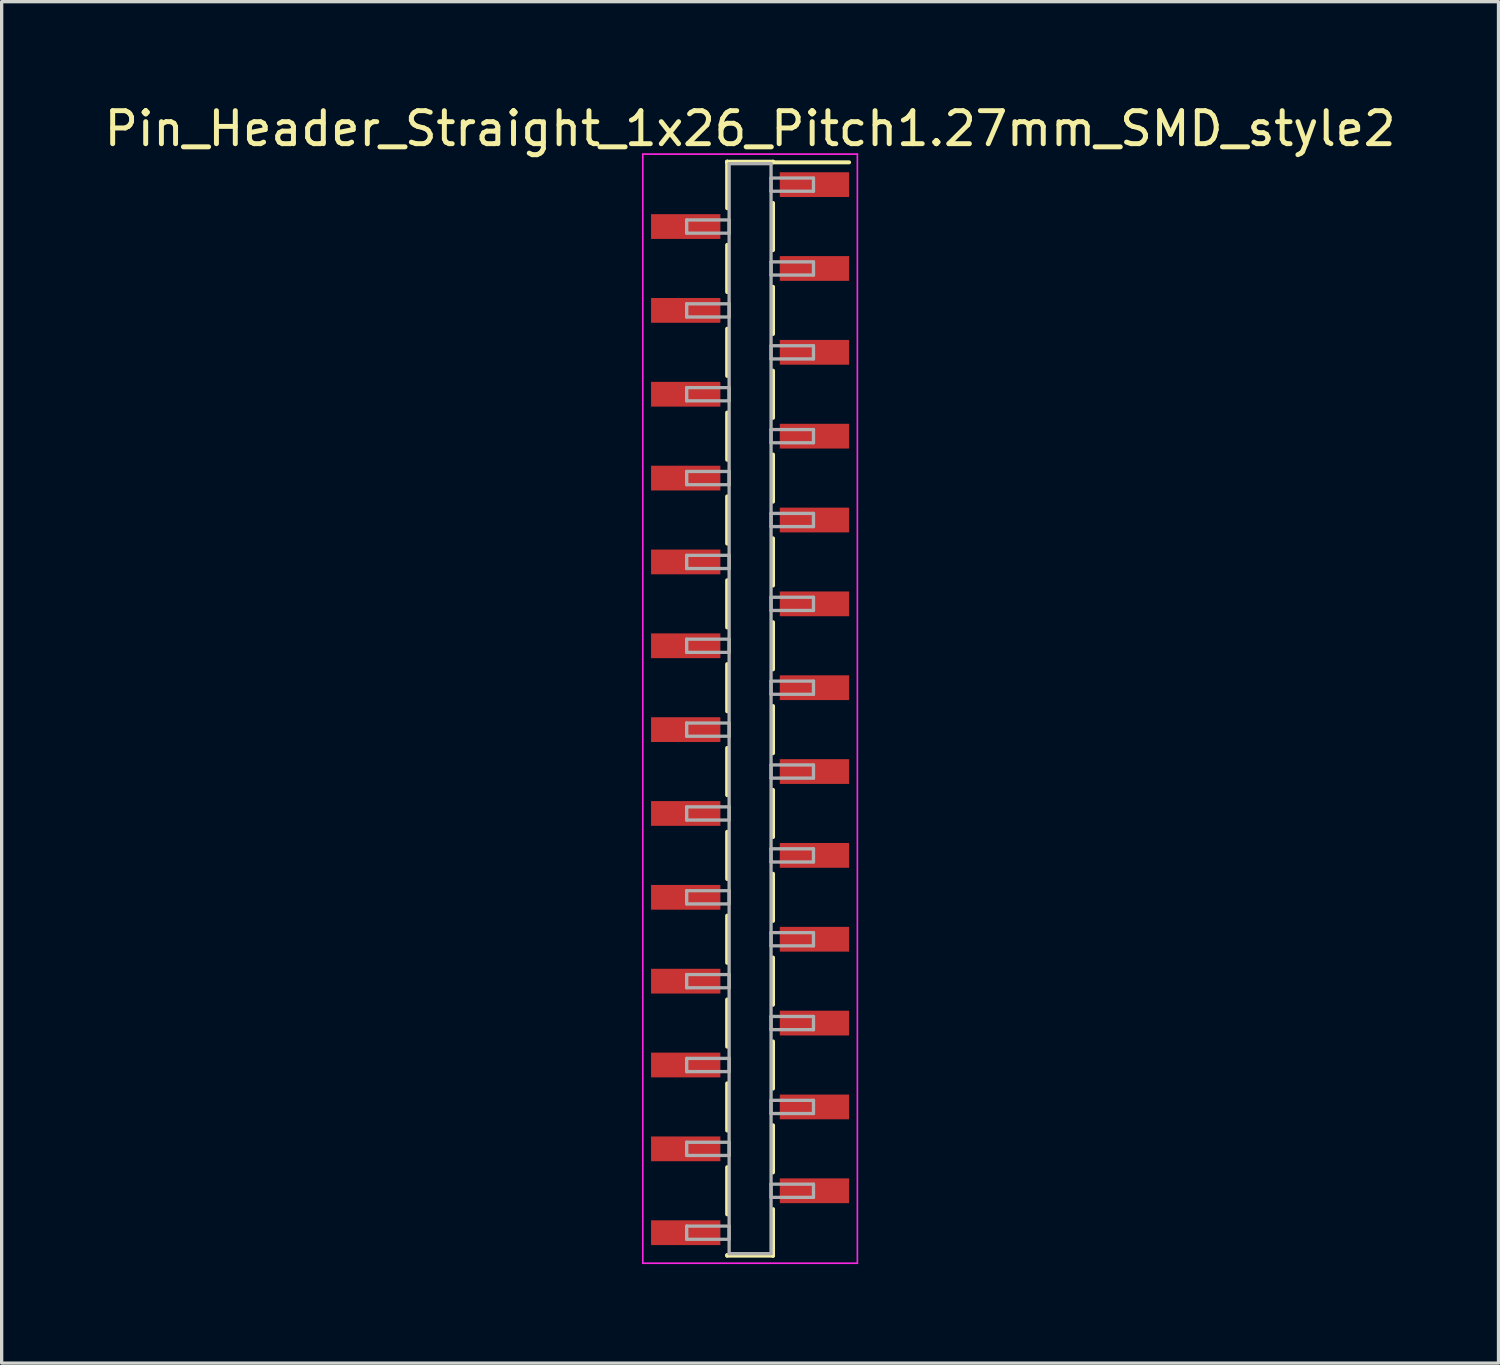
<source format=kicad_pcb>
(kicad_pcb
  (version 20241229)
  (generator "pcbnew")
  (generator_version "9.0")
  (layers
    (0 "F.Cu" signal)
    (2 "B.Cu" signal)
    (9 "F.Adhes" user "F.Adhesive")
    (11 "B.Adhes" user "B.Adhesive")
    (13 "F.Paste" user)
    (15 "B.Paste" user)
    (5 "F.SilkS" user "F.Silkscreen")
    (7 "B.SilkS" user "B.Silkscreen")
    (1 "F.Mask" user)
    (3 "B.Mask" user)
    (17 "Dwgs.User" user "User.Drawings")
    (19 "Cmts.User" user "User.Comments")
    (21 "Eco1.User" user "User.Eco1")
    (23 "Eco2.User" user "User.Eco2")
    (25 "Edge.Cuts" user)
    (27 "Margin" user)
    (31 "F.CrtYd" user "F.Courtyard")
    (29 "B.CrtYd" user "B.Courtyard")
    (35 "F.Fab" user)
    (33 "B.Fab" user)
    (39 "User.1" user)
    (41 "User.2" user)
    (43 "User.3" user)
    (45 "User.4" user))
  (footprint "Pin_Header_Straight_1x26_Pitch1.27mm_SMD_style2"
    (layer "F.Cu")
    (at 19.673 18.418)
    (property "Reference" "Pin_Header_Straight_1x26_Pitch1.27mm_SMD_style2" (at 0 -17.57 0) (layer "F.SilkS") (effects (font (size 1 1) (thickness 0.15))))
    (attr smd)
    (fp_line (start -0.695 -16.57) (end -0.695 -15.16) (stroke (width 0.12) (type solid)) (layer "F.SilkS"))
    (fp_line (start -0.695 -16.57) (end 0.695 -16.57) (stroke (width 0.12) (type solid)) (layer "F.SilkS"))
    (fp_line (start -0.695 -16.55) (end -0.695 -16.57) (stroke (width 0.12) (type solid)) (layer "F.SilkS"))
    (fp_line (start -0.695 -14.05) (end -0.695 -12.62) (stroke (width 0.12) (type solid)) (layer "F.SilkS"))
    (fp_line (start -0.695 -11.51) (end -0.695 -10.08) (stroke (width 0.12) (type solid)) (layer "F.SilkS"))
    (fp_line (start -0.695 -8.97) (end -0.695 -7.54) (stroke (width 0.12) (type solid)) (layer "F.SilkS"))
    (fp_line (start -0.695 -6.43) (end -0.695 -5) (stroke (width 0.12) (type solid)) (layer "F.SilkS"))
    (fp_line (start -0.695 -3.89) (end -0.695 -2.46) (stroke (width 0.12) (type solid)) (layer "F.SilkS"))
    (fp_line (start -0.695 -1.35) (end -0.695 0.08) (stroke (width 0.12) (type solid)) (layer "F.SilkS"))
    (fp_line (start -0.695 1.19) (end -0.695 2.62) (stroke (width 0.12) (type solid)) (layer "F.SilkS"))
    (fp_line (start -0.695 3.73) (end -0.695 5.16) (stroke (width 0.12) (type solid)) (layer "F.SilkS"))
    (fp_line (start -0.695 6.27) (end -0.695 7.7) (stroke (width 0.12) (type solid)) (layer "F.SilkS"))
    (fp_line (start -0.695 8.81) (end -0.695 10.24) (stroke (width 0.12) (type solid)) (layer "F.SilkS"))
    (fp_line (start -0.695 11.35) (end -0.695 12.78) (stroke (width 0.12) (type solid)) (layer "F.SilkS"))
    (fp_line (start -0.695 13.89) (end -0.695 15.32) (stroke (width 0.12) (type solid)) (layer "F.SilkS"))
    (fp_line (start -0.695 16.55) (end -0.695 16.57) (stroke (width 0.12) (type solid)) (layer "F.SilkS"))
    (fp_line (start -0.695 16.57) (end 0.695 16.57) (stroke (width 0.12) (type solid)) (layer "F.SilkS"))
    (fp_line (start 0.695 -16.57) (end 0.695 -16.55) (stroke (width 0.12) (type solid)) (layer "F.SilkS"))
    (fp_line (start 0.695 -16.55) (end 3 -16.55) (stroke (width 0.12) (type solid)) (layer "F.SilkS"))
    (fp_line (start 0.695 -15.32) (end 0.695 -13.89) (stroke (width 0.12) (type solid)) (layer "F.SilkS"))
    (fp_line (start 0.695 -12.78) (end 0.695 -11.35) (stroke (width 0.12) (type solid)) (layer "F.SilkS"))
    (fp_line (start 0.695 -10.24) (end 0.695 -8.81) (stroke (width 0.12) (type solid)) (layer "F.SilkS"))
    (fp_line (start 0.695 -7.7) (end 0.695 -6.27) (stroke (width 0.12) (type solid)) (layer "F.SilkS"))
    (fp_line (start 0.695 -5.16) (end 0.695 -3.73) (stroke (width 0.12) (type solid)) (layer "F.SilkS"))
    (fp_line (start 0.695 -2.62) (end 0.695 -1.19) (stroke (width 0.12) (type solid)) (layer "F.SilkS"))
    (fp_line (start 0.695 -0.08) (end 0.695 1.35) (stroke (width 0.12) (type solid)) (layer "F.SilkS"))
    (fp_line (start 0.695 2.46) (end 0.695 3.89) (stroke (width 0.12) (type solid)) (layer "F.SilkS"))
    (fp_line (start 0.695 5) (end 0.695 6.43) (stroke (width 0.12) (type solid)) (layer "F.SilkS"))
    (fp_line (start 0.695 7.54) (end 0.695 8.97) (stroke (width 0.12) (type solid)) (layer "F.SilkS"))
    (fp_line (start 0.695 10.08) (end 0.695 11.51) (stroke (width 0.12) (type solid)) (layer "F.SilkS"))
    (fp_line (start 0.695 12.62) (end 0.695 14.05) (stroke (width 0.12) (type solid)) (layer "F.SilkS"))
    (fp_line (start 0.695 15.16) (end 0.695 16.57) (stroke (width 0.12) (type solid)) (layer "F.SilkS"))
    (fp_line (start 0.695 16.57) (end 0.695 16.55) (stroke (width 0.12) (type solid)) (layer "F.SilkS"))
    (fp_line (start -3.25 -16.8) (end -3.25 16.8) (stroke (width 0.05) (type solid)) (layer "F.CrtYd"))
    (fp_line (start -3.25 16.8) (end 3.25 16.8) (stroke (width 0.05) (type solid)) (layer "F.CrtYd"))
    (fp_line (start 3.25 -16.8) (end -3.25 -16.8) (stroke (width 0.05) (type solid)) (layer "F.CrtYd"))
    (fp_line (start 3.25 16.8) (end 3.25 -16.8) (stroke (width 0.05) (type solid)) (layer "F.CrtYd"))
    (fp_line (start -1.92 -14.805) (end -0.635 -14.805) (stroke (width 0.1) (type solid)) (layer "F.Fab"))
    (fp_line (start -1.92 -14.405) (end -1.92 -14.805) (stroke (width 0.1) (type solid)) (layer "F.Fab"))
    (fp_line (start -1.92 -12.265) (end -0.635 -12.265) (stroke (width 0.1) (type solid)) (layer "F.Fab"))
    (fp_line (start -1.92 -11.865) (end -1.92 -12.265) (stroke (width 0.1) (type solid)) (layer "F.Fab"))
    (fp_line (start -1.92 -9.725) (end -0.635 -9.725) (stroke (width 0.1) (type solid)) (layer "F.Fab"))
    (fp_line (start -1.92 -9.325) (end -1.92 -9.725) (stroke (width 0.1) (type solid)) (layer "F.Fab"))
    (fp_line (start -1.92 -7.185) (end -0.635 -7.185) (stroke (width 0.1) (type solid)) (layer "F.Fab"))
    (fp_line (start -1.92 -6.785) (end -1.92 -7.185) (stroke (width 0.1) (type solid)) (layer "F.Fab"))
    (fp_line (start -1.92 -4.645) (end -0.635 -4.645) (stroke (width 0.1) (type solid)) (layer "F.Fab"))
    (fp_line (start -1.92 -4.245) (end -1.92 -4.645) (stroke (width 0.1) (type solid)) (layer "F.Fab"))
    (fp_line (start -1.92 -2.105) (end -0.635 -2.105) (stroke (width 0.1) (type solid)) (layer "F.Fab"))
    (fp_line (start -1.92 -1.705) (end -1.92 -2.105) (stroke (width 0.1) (type solid)) (layer "F.Fab"))
    (fp_line (start -1.92 0.435) (end -0.635 0.435) (stroke (width 0.1) (type solid)) (layer "F.Fab"))
    (fp_line (start -1.92 0.835) (end -1.92 0.435) (stroke (width 0.1) (type solid)) (layer "F.Fab"))
    (fp_line (start -1.92 2.975) (end -0.635 2.975) (stroke (width 0.1) (type solid)) (layer "F.Fab"))
    (fp_line (start -1.92 3.375) (end -1.92 2.975) (stroke (width 0.1) (type solid)) (layer "F.Fab"))
    (fp_line (start -1.92 5.515) (end -0.635 5.515) (stroke (width 0.1) (type solid)) (layer "F.Fab"))
    (fp_line (start -1.92 5.915) (end -1.92 5.515) (stroke (width 0.1) (type solid)) (layer "F.Fab"))
    (fp_line (start -1.92 8.055) (end -0.635 8.055) (stroke (width 0.1) (type solid)) (layer "F.Fab"))
    (fp_line (start -1.92 8.455) (end -1.92 8.055) (stroke (width 0.1) (type solid)) (layer "F.Fab"))
    (fp_line (start -1.92 10.595) (end -0.635 10.595) (stroke (width 0.1) (type solid)) (layer "F.Fab"))
    (fp_line (start -1.92 10.995) (end -1.92 10.595) (stroke (width 0.1) (type solid)) (layer "F.Fab"))
    (fp_line (start -1.92 13.135) (end -0.635 13.135) (stroke (width 0.1) (type solid)) (layer "F.Fab"))
    (fp_line (start -1.92 13.535) (end -1.92 13.135) (stroke (width 0.1) (type solid)) (layer "F.Fab"))
    (fp_line (start -1.92 15.675) (end -0.635 15.675) (stroke (width 0.1) (type solid)) (layer "F.Fab"))
    (fp_line (start -1.92 16.075) (end -1.92 15.675) (stroke (width 0.1) (type solid)) (layer "F.Fab"))
    (fp_line (start -0.635 -16.51) (end -0.635 16.51) (stroke (width 0.1) (type solid)) (layer "F.Fab"))
    (fp_line (start -0.635 -14.805) (end -0.635 -14.405) (stroke (width 0.1) (type solid)) (layer "F.Fab"))
    (fp_line (start -0.635 -14.405) (end -1.92 -14.405) (stroke (width 0.1) (type solid)) (layer "F.Fab"))
    (fp_line (start -0.635 -12.265) (end -0.635 -11.865) (stroke (width 0.1) (type solid)) (layer "F.Fab"))
    (fp_line (start -0.635 -11.865) (end -1.92 -11.865) (stroke (width 0.1) (type solid)) (layer "F.Fab"))
    (fp_line (start -0.635 -9.725) (end -0.635 -9.325) (stroke (width 0.1) (type solid)) (layer "F.Fab"))
    (fp_line (start -0.635 -9.325) (end -1.92 -9.325) (stroke (width 0.1) (type solid)) (layer "F.Fab"))
    (fp_line (start -0.635 -7.185) (end -0.635 -6.785) (stroke (width 0.1) (type solid)) (layer "F.Fab"))
    (fp_line (start -0.635 -6.785) (end -1.92 -6.785) (stroke (width 0.1) (type solid)) (layer "F.Fab"))
    (fp_line (start -0.635 -4.645) (end -0.635 -4.245) (stroke (width 0.1) (type solid)) (layer "F.Fab"))
    (fp_line (start -0.635 -4.245) (end -1.92 -4.245) (stroke (width 0.1) (type solid)) (layer "F.Fab"))
    (fp_line (start -0.635 -2.105) (end -0.635 -1.705) (stroke (width 0.1) (type solid)) (layer "F.Fab"))
    (fp_line (start -0.635 -1.705) (end -1.92 -1.705) (stroke (width 0.1) (type solid)) (layer "F.Fab"))
    (fp_line (start -0.635 0.435) (end -0.635 0.835) (stroke (width 0.1) (type solid)) (layer "F.Fab"))
    (fp_line (start -0.635 0.835) (end -1.92 0.835) (stroke (width 0.1) (type solid)) (layer "F.Fab"))
    (fp_line (start -0.635 2.975) (end -0.635 3.375) (stroke (width 0.1) (type solid)) (layer "F.Fab"))
    (fp_line (start -0.635 3.375) (end -1.92 3.375) (stroke (width 0.1) (type solid)) (layer "F.Fab"))
    (fp_line (start -0.635 5.515) (end -0.635 5.915) (stroke (width 0.1) (type solid)) (layer "F.Fab"))
    (fp_line (start -0.635 5.915) (end -1.92 5.915) (stroke (width 0.1) (type solid)) (layer "F.Fab"))
    (fp_line (start -0.635 8.055) (end -0.635 8.455) (stroke (width 0.1) (type solid)) (layer "F.Fab"))
    (fp_line (start -0.635 8.455) (end -1.92 8.455) (stroke (width 0.1) (type solid)) (layer "F.Fab"))
    (fp_line (start -0.635 10.595) (end -0.635 10.995) (stroke (width 0.1) (type solid)) (layer "F.Fab"))
    (fp_line (start -0.635 10.995) (end -1.92 10.995) (stroke (width 0.1) (type solid)) (layer "F.Fab"))
    (fp_line (start -0.635 13.135) (end -0.635 13.535) (stroke (width 0.1) (type solid)) (layer "F.Fab"))
    (fp_line (start -0.635 13.535) (end -1.92 13.535) (stroke (width 0.1) (type solid)) (layer "F.Fab"))
    (fp_line (start -0.635 15.675) (end -0.635 16.075) (stroke (width 0.1) (type solid)) (layer "F.Fab"))
    (fp_line (start -0.635 16.075) (end -1.92 16.075) (stroke (width 0.1) (type solid)) (layer "F.Fab"))
    (fp_line (start -0.635 16.51) (end 0.635 16.51) (stroke (width 0.1) (type solid)) (layer "F.Fab"))
    (fp_line (start 0.635 -16.51) (end -0.635 -16.51) (stroke (width 0.1) (type solid)) (layer "F.Fab"))
    (fp_line (start 0.635 -16.075) (end 0.635 -15.675) (stroke (width 0.1) (type solid)) (layer "F.Fab"))
    (fp_line (start 0.635 -15.675) (end 1.92 -15.675) (stroke (width 0.1) (type solid)) (layer "F.Fab"))
    (fp_line (start 0.635 -13.535) (end 0.635 -13.135) (stroke (width 0.1) (type solid)) (layer "F.Fab"))
    (fp_line (start 0.635 -13.135) (end 1.92 -13.135) (stroke (width 0.1) (type solid)) (layer "F.Fab"))
    (fp_line (start 0.635 -10.995) (end 0.635 -10.595) (stroke (width 0.1) (type solid)) (layer "F.Fab"))
    (fp_line (start 0.635 -10.595) (end 1.92 -10.595) (stroke (width 0.1) (type solid)) (layer "F.Fab"))
    (fp_line (start 0.635 -8.455) (end 0.635 -8.055) (stroke (width 0.1) (type solid)) (layer "F.Fab"))
    (fp_line (start 0.635 -8.055) (end 1.92 -8.055) (stroke (width 0.1) (type solid)) (layer "F.Fab"))
    (fp_line (start 0.635 -5.915) (end 0.635 -5.515) (stroke (width 0.1) (type solid)) (layer "F.Fab"))
    (fp_line (start 0.635 -5.515) (end 1.92 -5.515) (stroke (width 0.1) (type solid)) (layer "F.Fab"))
    (fp_line (start 0.635 -3.375) (end 0.635 -2.975) (stroke (width 0.1) (type solid)) (layer "F.Fab"))
    (fp_line (start 0.635 -2.975) (end 1.92 -2.975) (stroke (width 0.1) (type solid)) (layer "F.Fab"))
    (fp_line (start 0.635 -0.835) (end 0.635 -0.435) (stroke (width 0.1) (type solid)) (layer "F.Fab"))
    (fp_line (start 0.635 -0.435) (end 1.92 -0.435) (stroke (width 0.1) (type solid)) (layer "F.Fab"))
    (fp_line (start 0.635 1.705) (end 0.635 2.105) (stroke (width 0.1) (type solid)) (layer "F.Fab"))
    (fp_line (start 0.635 2.105) (end 1.92 2.105) (stroke (width 0.1) (type solid)) (layer "F.Fab"))
    (fp_line (start 0.635 4.245) (end 0.635 4.645) (stroke (width 0.1) (type solid)) (layer "F.Fab"))
    (fp_line (start 0.635 4.645) (end 1.92 4.645) (stroke (width 0.1) (type solid)) (layer "F.Fab"))
    (fp_line (start 0.635 6.785) (end 0.635 7.185) (stroke (width 0.1) (type solid)) (layer "F.Fab"))
    (fp_line (start 0.635 7.185) (end 1.92 7.185) (stroke (width 0.1) (type solid)) (layer "F.Fab"))
    (fp_line (start 0.635 9.325) (end 0.635 9.725) (stroke (width 0.1) (type solid)) (layer "F.Fab"))
    (fp_line (start 0.635 9.725) (end 1.92 9.725) (stroke (width 0.1) (type solid)) (layer "F.Fab"))
    (fp_line (start 0.635 11.865) (end 0.635 12.265) (stroke (width 0.1) (type solid)) (layer "F.Fab"))
    (fp_line (start 0.635 12.265) (end 1.92 12.265) (stroke (width 0.1) (type solid)) (layer "F.Fab"))
    (fp_line (start 0.635 14.405) (end 0.635 14.805) (stroke (width 0.1) (type solid)) (layer "F.Fab"))
    (fp_line (start 0.635 14.805) (end 1.92 14.805) (stroke (width 0.1) (type solid)) (layer "F.Fab"))
    (fp_line (start 0.635 16.51) (end 0.635 -16.51) (stroke (width 0.1) (type solid)) (layer "F.Fab"))
    (fp_line (start 1.92 -16.075) (end 0.635 -16.075) (stroke (width 0.1) (type solid)) (layer "F.Fab"))
    (fp_line (start 1.92 -15.675) (end 1.92 -16.075) (stroke (width 0.1) (type solid)) (layer "F.Fab"))
    (fp_line (start 1.92 -13.535) (end 0.635 -13.535) (stroke (width 0.1) (type solid)) (layer "F.Fab"))
    (fp_line (start 1.92 -13.135) (end 1.92 -13.535) (stroke (width 0.1) (type solid)) (layer "F.Fab"))
    (fp_line (start 1.92 -10.995) (end 0.635 -10.995) (stroke (width 0.1) (type solid)) (layer "F.Fab"))
    (fp_line (start 1.92 -10.595) (end 1.92 -10.995) (stroke (width 0.1) (type solid)) (layer "F.Fab"))
    (fp_line (start 1.92 -8.455) (end 0.635 -8.455) (stroke (width 0.1) (type solid)) (layer "F.Fab"))
    (fp_line (start 1.92 -8.055) (end 1.92 -8.455) (stroke (width 0.1) (type solid)) (layer "F.Fab"))
    (fp_line (start 1.92 -5.915) (end 0.635 -5.915) (stroke (width 0.1) (type solid)) (layer "F.Fab"))
    (fp_line (start 1.92 -5.515) (end 1.92 -5.915) (stroke (width 0.1) (type solid)) (layer "F.Fab"))
    (fp_line (start 1.92 -3.375) (end 0.635 -3.375) (stroke (width 0.1) (type solid)) (layer "F.Fab"))
    (fp_line (start 1.92 -2.975) (end 1.92 -3.375) (stroke (width 0.1) (type solid)) (layer "F.Fab"))
    (fp_line (start 1.92 -0.835) (end 0.635 -0.835) (stroke (width 0.1) (type solid)) (layer "F.Fab"))
    (fp_line (start 1.92 -0.435) (end 1.92 -0.835) (stroke (width 0.1) (type solid)) (layer "F.Fab"))
    (fp_line (start 1.92 1.705) (end 0.635 1.705) (stroke (width 0.1) (type solid)) (layer "F.Fab"))
    (fp_line (start 1.92 2.105) (end 1.92 1.705) (stroke (width 0.1) (type solid)) (layer "F.Fab"))
    (fp_line (start 1.92 4.245) (end 0.635 4.245) (stroke (width 0.1) (type solid)) (layer "F.Fab"))
    (fp_line (start 1.92 4.645) (end 1.92 4.245) (stroke (width 0.1) (type solid)) (layer "F.Fab"))
    (fp_line (start 1.92 6.785) (end 0.635 6.785) (stroke (width 0.1) (type solid)) (layer "F.Fab"))
    (fp_line (start 1.92 7.185) (end 1.92 6.785) (stroke (width 0.1) (type solid)) (layer "F.Fab"))
    (fp_line (start 1.92 9.325) (end 0.635 9.325) (stroke (width 0.1) (type solid)) (layer "F.Fab"))
    (fp_line (start 1.92 9.725) (end 1.92 9.325) (stroke (width 0.1) (type solid)) (layer "F.Fab"))
    (fp_line (start 1.92 11.865) (end 0.635 11.865) (stroke (width 0.1) (type solid)) (layer "F.Fab"))
    (fp_line (start 1.92 12.265) (end 1.92 11.865) (stroke (width 0.1) (type solid)) (layer "F.Fab"))
    (fp_line (start 1.92 14.405) (end 0.635 14.405) (stroke (width 0.1) (type solid)) (layer "F.Fab"))
    (fp_line (start 1.92 14.805) (end 1.92 14.405) (stroke (width 0.1) (type solid)) (layer "F.Fab"))
    (pad "1" smd rect (at 1.95 -15.875) (size 2.1 0.75) (layers "F.Cu" "F.Mask"))
    (pad "2" smd rect (at -1.95 -14.605) (size 2.1 0.75) (layers "F.Cu" "F.Mask"))
    (pad "3" smd rect (at 1.95 -13.335) (size 2.1 0.75) (layers "F.Cu" "F.Mask"))
    (pad "4" smd rect (at -1.95 -12.065) (size 2.1 0.75) (layers "F.Cu" "F.Mask"))
    (pad "5" smd rect (at 1.95 -10.795) (size 2.1 0.75) (layers "F.Cu" "F.Mask"))
    (pad "6" smd rect (at -1.95 -9.525) (size 2.1 0.75) (layers "F.Cu" "F.Mask"))
    (pad "7" smd rect (at 1.95 -8.255) (size 2.1 0.75) (layers "F.Cu" "F.Mask"))
    (pad "8" smd rect (at -1.95 -6.985) (size 2.1 0.75) (layers "F.Cu" "F.Mask"))
    (pad "9" smd rect (at 1.95 -5.715) (size 2.1 0.75) (layers "F.Cu" "F.Mask"))
    (pad "10" smd rect (at -1.95 -4.445) (size 2.1 0.75) (layers "F.Cu" "F.Mask"))
    (pad "11" smd rect (at 1.95 -3.175) (size 2.1 0.75) (layers "F.Cu" "F.Mask"))
    (pad "12" smd rect (at -1.95 -1.905) (size 2.1 0.75) (layers "F.Cu" "F.Mask"))
    (pad "13" smd rect (at 1.95 -0.635) (size 2.1 0.75) (layers "F.Cu" "F.Mask"))
    (pad "14" smd rect (at -1.95 0.635) (size 2.1 0.75) (layers "F.Cu" "F.Mask"))
    (pad "15" smd rect (at 1.95 1.905) (size 2.1 0.75) (layers "F.Cu" "F.Mask"))
    (pad "16" smd rect (at -1.95 3.175) (size 2.1 0.75) (layers "F.Cu" "F.Mask"))
    (pad "17" smd rect (at 1.95 4.445) (size 2.1 0.75) (layers "F.Cu" "F.Mask"))
    (pad "18" smd rect (at -1.95 5.715) (size 2.1 0.75) (layers "F.Cu" "F.Mask"))
    (pad "19" smd rect (at 1.95 6.985) (size 2.1 0.75) (layers "F.Cu" "F.Mask"))
    (pad "20" smd rect (at -1.95 8.255) (size 2.1 0.75) (layers "F.Cu" "F.Mask"))
    (pad "21" smd rect (at 1.95 9.525) (size 2.1 0.75) (layers "F.Cu" "F.Mask"))
    (pad "22" smd rect (at -1.95 10.795) (size 2.1 0.75) (layers "F.Cu" "F.Mask"))
    (pad "23" smd rect (at 1.95 12.065) (size 2.1 0.75) (layers "F.Cu" "F.Mask"))
    (pad "24" smd rect (at -1.95 13.335) (size 2.1 0.75) (layers "F.Cu" "F.Mask"))
    (pad "25" smd rect (at 1.95 14.605) (size 2.1 0.75) (layers "F.Cu" "F.Mask"))
    (pad "26" smd rect (at -1.95 15.875) (size 2.1 0.75) (layers "F.Cu" "F.Mask")))
  (gr_rect
    (start -3 -3)
    (end 42.345 38.243)
    (stroke (width 0.1) (type default))
    (fill no)
    (layer "Edge.Cuts")))
</source>
